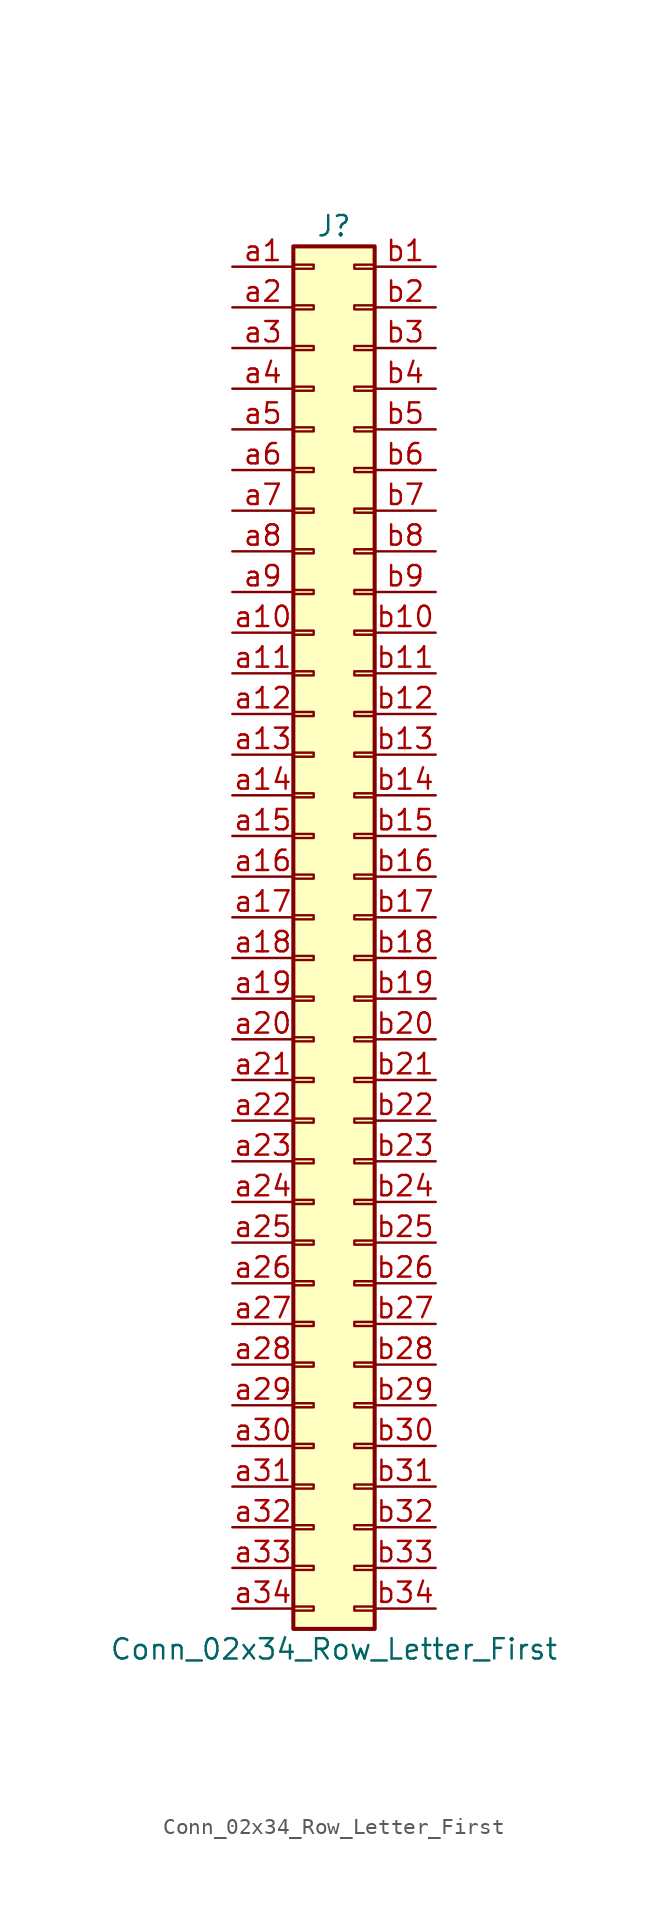
<source format=kicad_sym>
(kicad_symbol_lib
  (version 20211014)
  (generator kicad_symbol_editor)
  (symbol "Conn_02x34_Row_Letter_First"
    (pin_names
      (offset 1.016) hide)
    (property "Reference" "J"
      (at 1.27 43.18 0)
      (effects (font (size 1.27 1.27))))
    (property "Value" "Conn_02x34_Row_Letter_First"
      (at 1.27 -45.72 0)
      (effects (font (size 1.27 1.27))))
    (symbol "Conn_02x34_Row_Letter_First_1_1"
      (rectangle (start -1.27 -43.053) (end 0 -43.307) (stroke (width 0.152) (type default) (color 0 0 0 0)) (fill (type none)))
      (rectangle (start -1.27 -40.513) (end 0 -40.767) (stroke (width 0.152) (type default) (color 0 0 0 0)) (fill (type none)))
      (rectangle (start -1.27 -37.973) (end 0 -38.227) (stroke (width 0.152) (type default) (color 0 0 0 0)) (fill (type none)))
      (rectangle (start -1.27 -35.433) (end 0 -35.687) (stroke (width 0.152) (type default) (color 0 0 0 0)) (fill (type none)))
      (rectangle (start -1.27 -32.893) (end 0 -33.147) (stroke (width 0.152) (type default) (color 0 0 0 0)) (fill (type none)))
      (rectangle (start -1.27 -30.353) (end 0 -30.607) (stroke (width 0.152) (type default) (color 0 0 0 0)) (fill (type none)))
      (rectangle (start -1.27 -27.813) (end 0 -28.067) (stroke (width 0.152) (type default) (color 0 0 0 0)) (fill (type none)))
      (rectangle (start -1.27 -25.273) (end 0 -25.527) (stroke (width 0.152) (type default) (color 0 0 0 0)) (fill (type none)))
      (rectangle (start -1.27 -22.733) (end 0 -22.987) (stroke (width 0.152) (type default) (color 0 0 0 0)) (fill (type none)))
      (rectangle (start -1.27 -20.193) (end 0 -20.447) (stroke (width 0.152) (type default) (color 0 0 0 0)) (fill (type none)))
      (rectangle (start -1.27 -17.653) (end 0 -17.907) (stroke (width 0.152) (type default) (color 0 0 0 0)) (fill (type none)))
      (rectangle (start -1.27 -15.113) (end 0 -15.367) (stroke (width 0.152) (type default) (color 0 0 0 0)) (fill (type none)))
      (rectangle (start -1.27 -12.573) (end 0 -12.827) (stroke (width 0.152) (type default) (color 0 0 0 0)) (fill (type none)))
      (rectangle (start -1.27 -10.033) (end 0 -10.287) (stroke (width 0.152) (type default) (color 0 0 0 0)) (fill (type none)))
      (rectangle (start -1.27 -7.493) (end 0 -7.747) (stroke (width 0.152) (type default) (color 0 0 0 0)) (fill (type none)))
      (rectangle (start -1.27 -4.953) (end 0 -5.207) (stroke (width 0.152) (type default) (color 0 0 0 0)) (fill (type none)))
      (rectangle (start -1.27 -2.413) (end 0 -2.667) (stroke (width 0.152) (type default) (color 0 0 0 0)) (fill (type none)))
      (rectangle (start -1.27 0.127) (end 0 -0.127) (stroke (width 0.152) (type default) (color 0 0 0 0)) (fill (type none)))
      (rectangle (start -1.27 2.667) (end 0 2.413) (stroke (width 0.152) (type default) (color 0 0 0 0)) (fill (type none)))
      (rectangle (start -1.27 5.207) (end 0 4.953) (stroke (width 0.152) (type default) (color 0 0 0 0)) (fill (type none)))
      (rectangle (start -1.27 7.747) (end 0 7.493) (stroke (width 0.152) (type default) (color 0 0 0 0)) (fill (type none)))
      (rectangle (start -1.27 10.287) (end 0 10.033) (stroke (width 0.152) (type default) (color 0 0 0 0)) (fill (type none)))
      (rectangle (start -1.27 12.827) (end 0 12.573) (stroke (width 0.152) (type default) (color 0 0 0 0)) (fill (type none)))
      (rectangle (start -1.27 15.367) (end 0 15.113) (stroke (width 0.152) (type default) (color 0 0 0 0)) (fill (type none)))
      (rectangle (start -1.27 17.907) (end 0 17.653) (stroke (width 0.152) (type default) (color 0 0 0 0)) (fill (type none)))
      (rectangle (start -1.27 20.447) (end 0 20.193) (stroke (width 0.152) (type default) (color 0 0 0 0)) (fill (type none)))
      (rectangle (start -1.27 22.987) (end 0 22.733) (stroke (width 0.152) (type default) (color 0 0 0 0)) (fill (type none)))
      (rectangle (start -1.27 25.527) (end 0 25.273) (stroke (width 0.152) (type default) (color 0 0 0 0)) (fill (type none)))
      (rectangle (start -1.27 28.067) (end 0 27.813) (stroke (width 0.152) (type default) (color 0 0 0 0)) (fill (type none)))
      (rectangle (start -1.27 30.607) (end 0 30.353) (stroke (width 0.152) (type default) (color 0 0 0 0)) (fill (type none)))
      (rectangle (start -1.27 33.147) (end 0 32.893) (stroke (width 0.152) (type default) (color 0 0 0 0)) (fill (type none)))
      (rectangle (start -1.27 35.687) (end 0 35.433) (stroke (width 0.152) (type default) (color 0 0 0 0)) (fill (type none)))
      (rectangle (start -1.27 38.227) (end 0 37.973) (stroke (width 0.152) (type default) (color 0 0 0 0)) (fill (type none)))
      (rectangle (start -1.27 40.767) (end 0 40.513) (stroke (width 0.152) (type default) (color 0 0 0 0)) (fill (type none)))
      (rectangle (start -1.27 41.91) (end 3.81 -44.45) (stroke (width 0.254) (type default) (color 0 0 0 0)) (fill (type background)))
      (rectangle (start 3.81 -43.053) (end 2.54 -43.307) (stroke (width 0.152) (type default) (color 0 0 0 0)) (fill (type none)))
      (rectangle (start 3.81 -40.513) (end 2.54 -40.767) (stroke (width 0.152) (type default) (color 0 0 0 0)) (fill (type none)))
      (rectangle (start 3.81 -37.973) (end 2.54 -38.227) (stroke (width 0.152) (type default) (color 0 0 0 0)) (fill (type none)))
      (rectangle (start 3.81 -35.433) (end 2.54 -35.687) (stroke (width 0.152) (type default) (color 0 0 0 0)) (fill (type none)))
      (rectangle (start 3.81 -32.893) (end 2.54 -33.147) (stroke (width 0.152) (type default) (color 0 0 0 0)) (fill (type none)))
      (rectangle (start 3.81 -30.353) (end 2.54 -30.607) (stroke (width 0.152) (type default) (color 0 0 0 0)) (fill (type none)))
      (rectangle (start 3.81 -27.813) (end 2.54 -28.067) (stroke (width 0.152) (type default) (color 0 0 0 0)) (fill (type none)))
      (rectangle (start 3.81 -25.273) (end 2.54 -25.527) (stroke (width 0.152) (type default) (color 0 0 0 0)) (fill (type none)))
      (rectangle (start 3.81 -22.733) (end 2.54 -22.987) (stroke (width 0.152) (type default) (color 0 0 0 0)) (fill (type none)))
      (rectangle (start 3.81 -20.193) (end 2.54 -20.447) (stroke (width 0.152) (type default) (color 0 0 0 0)) (fill (type none)))
      (rectangle (start 3.81 -17.653) (end 2.54 -17.907) (stroke (width 0.152) (type default) (color 0 0 0 0)) (fill (type none)))
      (rectangle (start 3.81 -15.113) (end 2.54 -15.367) (stroke (width 0.152) (type default) (color 0 0 0 0)) (fill (type none)))
      (rectangle (start 3.81 -12.573) (end 2.54 -12.827) (stroke (width 0.152) (type default) (color 0 0 0 0)) (fill (type none)))
      (rectangle (start 3.81 -10.033) (end 2.54 -10.287) (stroke (width 0.152) (type default) (color 0 0 0 0)) (fill (type none)))
      (rectangle (start 3.81 -7.493) (end 2.54 -7.747) (stroke (width 0.152) (type default) (color 0 0 0 0)) (fill (type none)))
      (rectangle (start 3.81 -4.953) (end 2.54 -5.207) (stroke (width 0.152) (type default) (color 0 0 0 0)) (fill (type none)))
      (rectangle (start 3.81 -2.413) (end 2.54 -2.667) (stroke (width 0.152) (type default) (color 0 0 0 0)) (fill (type none)))
      (rectangle (start 3.81 0.127) (end 2.54 -0.127) (stroke (width 0.152) (type default) (color 0 0 0 0)) (fill (type none)))
      (rectangle (start 3.81 2.667) (end 2.54 2.413) (stroke (width 0.152) (type default) (color 0 0 0 0)) (fill (type none)))
      (rectangle (start 3.81 5.207) (end 2.54 4.953) (stroke (width 0.152) (type default) (color 0 0 0 0)) (fill (type none)))
      (rectangle (start 3.81 7.747) (end 2.54 7.493) (stroke (width 0.152) (type default) (color 0 0 0 0)) (fill (type none)))
      (rectangle (start 3.81 10.287) (end 2.54 10.033) (stroke (width 0.152) (type default) (color 0 0 0 0)) (fill (type none)))
      (rectangle (start 3.81 12.827) (end 2.54 12.573) (stroke (width 0.152) (type default) (color 0 0 0 0)) (fill (type none)))
      (rectangle (start 3.81 15.367) (end 2.54 15.113) (stroke (width 0.152) (type default) (color 0 0 0 0)) (fill (type none)))
      (rectangle (start 3.81 17.907) (end 2.54 17.653) (stroke (width 0.152) (type default) (color 0 0 0 0)) (fill (type none)))
      (rectangle (start 3.81 20.447) (end 2.54 20.193) (stroke (width 0.152) (type default) (color 0 0 0 0)) (fill (type none)))
      (rectangle (start 3.81 22.987) (end 2.54 22.733) (stroke (width 0.152) (type default) (color 0 0 0 0)) (fill (type none)))
      (rectangle (start 3.81 25.527) (end 2.54 25.273) (stroke (width 0.152) (type default) (color 0 0 0 0)) (fill (type none)))
      (rectangle (start 3.81 28.067) (end 2.54 27.813) (stroke (width 0.152) (type default) (color 0 0 0 0)) (fill (type none)))
      (rectangle (start 3.81 30.607) (end 2.54 30.353) (stroke (width 0.152) (type default) (color 0 0 0 0)) (fill (type none)))
      (rectangle (start 3.81 33.147) (end 2.54 32.893) (stroke (width 0.152) (type default) (color 0 0 0 0)) (fill (type none)))
      (rectangle (start 3.81 35.687) (end 2.54 35.433) (stroke (width 0.152) (type default) (color 0 0 0 0)) (fill (type none)))
      (rectangle (start 3.81 38.227) (end 2.54 37.973) (stroke (width 0.152) (type default) (color 0 0 0 0)) (fill (type none)))
      (rectangle (start 3.81 40.767) (end 2.54 40.513) (stroke (width 0.152) (type default) (color 0 0 0 0)) (fill (type none)))
      (pin passive line (at -5.08 40.64 0) (length 3.81) (name "Pin_a1" (effects (font (size 1.27 1.27)))) (number "a1" (effects (font (size 1.27 1.27)))))
      (pin passive line (at -5.08 17.78 0) (length 3.81) (name "Pin_a10" (effects (font (size 1.27 1.27)))) (number "a10" (effects (font (size 1.27 1.27)))))
      (pin passive line (at -5.08 15.24 0) (length 3.81) (name "Pin_a11" (effects (font (size 1.27 1.27)))) (number "a11" (effects (font (size 1.27 1.27)))))
      (pin passive line (at -5.08 12.7 0) (length 3.81) (name "Pin_a12" (effects (font (size 1.27 1.27)))) (number "a12" (effects (font (size 1.27 1.27)))))
      (pin passive line (at -5.08 10.16 0) (length 3.81) (name "Pin_a13" (effects (font (size 1.27 1.27)))) (number "a13" (effects (font (size 1.27 1.27)))))
      (pin passive line (at -5.08 7.62 0) (length 3.81) (name "Pin_a14" (effects (font (size 1.27 1.27)))) (number "a14" (effects (font (size 1.27 1.27)))))
      (pin passive line (at -5.08 5.08 0) (length 3.81) (name "Pin_a15" (effects (font (size 1.27 1.27)))) (number "a15" (effects (font (size 1.27 1.27)))))
      (pin passive line (at -5.08 2.54 0) (length 3.81) (name "Pin_a16" (effects (font (size 1.27 1.27)))) (number "a16" (effects (font (size 1.27 1.27)))))
      (pin passive line (at -5.08 0 0) (length 3.81) (name "Pin_a17" (effects (font (size 1.27 1.27)))) (number "a17" (effects (font (size 1.27 1.27)))))
      (pin passive line (at -5.08 -2.54 0) (length 3.81) (name "Pin_a18" (effects (font (size 1.27 1.27)))) (number "a18" (effects (font (size 1.27 1.27)))))
      (pin passive line (at -5.08 -5.08 0) (length 3.81) (name "Pin_a19" (effects (font (size 1.27 1.27)))) (number "a19" (effects (font (size 1.27 1.27)))))
      (pin passive line (at -5.08 38.1 0) (length 3.81) (name "Pin_a2" (effects (font (size 1.27 1.27)))) (number "a2" (effects (font (size 1.27 1.27)))))
      (pin passive line (at -5.08 -7.62 0) (length 3.81) (name "Pin_a20" (effects (font (size 1.27 1.27)))) (number "a20" (effects (font (size 1.27 1.27)))))
      (pin passive line (at -5.08 -10.16 0) (length 3.81) (name "Pin_a21" (effects (font (size 1.27 1.27)))) (number "a21" (effects (font (size 1.27 1.27)))))
      (pin passive line (at -5.08 -12.7 0) (length 3.81) (name "Pin_a22" (effects (font (size 1.27 1.27)))) (number "a22" (effects (font (size 1.27 1.27)))))
      (pin passive line (at -5.08 -15.24 0) (length 3.81) (name "Pin_a23" (effects (font (size 1.27 1.27)))) (number "a23" (effects (font (size 1.27 1.27)))))
      (pin passive line (at -5.08 -17.78 0) (length 3.81) (name "Pin_a24" (effects (font (size 1.27 1.27)))) (number "a24" (effects (font (size 1.27 1.27)))))
      (pin passive line (at -5.08 -20.32 0) (length 3.81) (name "Pin_a25" (effects (font (size 1.27 1.27)))) (number "a25" (effects (font (size 1.27 1.27)))))
      (pin passive line (at -5.08 -22.86 0) (length 3.81) (name "Pin_a26" (effects (font (size 1.27 1.27)))) (number "a26" (effects (font (size 1.27 1.27)))))
      (pin passive line (at -5.08 -25.4 0) (length 3.81) (name "Pin_a27" (effects (font (size 1.27 1.27)))) (number "a27" (effects (font (size 1.27 1.27)))))
      (pin passive line (at -5.08 -27.94 0) (length 3.81) (name "Pin_a28" (effects (font (size 1.27 1.27)))) (number "a28" (effects (font (size 1.27 1.27)))))
      (pin passive line (at -5.08 -30.48 0) (length 3.81) (name "Pin_a29" (effects (font (size 1.27 1.27)))) (number "a29" (effects (font (size 1.27 1.27)))))
      (pin passive line (at -5.08 35.56 0) (length 3.81) (name "Pin_a3" (effects (font (size 1.27 1.27)))) (number "a3" (effects (font (size 1.27 1.27)))))
      (pin passive line (at -5.08 -33.02 0) (length 3.81) (name "Pin_a30" (effects (font (size 1.27 1.27)))) (number "a30" (effects (font (size 1.27 1.27)))))
      (pin passive line (at -5.08 -35.56 0) (length 3.81) (name "Pin_a31" (effects (font (size 1.27 1.27)))) (number "a31" (effects (font (size 1.27 1.27)))))
      (pin passive line (at -5.08 -38.1 0) (length 3.81) (name "Pin_a32" (effects (font (size 1.27 1.27)))) (number "a32" (effects (font (size 1.27 1.27)))))
      (pin passive line (at -5.08 -40.64 0) (length 3.81) (name "Pin_a33" (effects (font (size 1.27 1.27)))) (number "a33" (effects (font (size 1.27 1.27)))))
      (pin passive line (at -5.08 -43.18 0) (length 3.81) (name "Pin_a34" (effects (font (size 1.27 1.27)))) (number "a34" (effects (font (size 1.27 1.27)))))
      (pin passive line (at -5.08 33.02 0) (length 3.81) (name "Pin_a4" (effects (font (size 1.27 1.27)))) (number "a4" (effects (font (size 1.27 1.27)))))
      (pin passive line (at -5.08 30.48 0) (length 3.81) (name "Pin_a5" (effects (font (size 1.27 1.27)))) (number "a5" (effects (font (size 1.27 1.27)))))
      (pin passive line (at -5.08 27.94 0) (length 3.81) (name "Pin_a6" (effects (font (size 1.27 1.27)))) (number "a6" (effects (font (size 1.27 1.27)))))
      (pin passive line (at -5.08 25.4 0) (length 3.81) (name "Pin_a7" (effects (font (size 1.27 1.27)))) (number "a7" (effects (font (size 1.27 1.27)))))
      (pin passive line (at -5.08 22.86 0) (length 3.81) (name "Pin_a8" (effects (font (size 1.27 1.27)))) (number "a8" (effects (font (size 1.27 1.27)))))
      (pin passive line (at -5.08 20.32 0) (length 3.81) (name "Pin_a9" (effects (font (size 1.27 1.27)))) (number "a9" (effects (font (size 1.27 1.27)))))
      (pin passive line (at 7.62 40.64 180) (length 3.81) (name "Pin_b1" (effects (font (size 1.27 1.27)))) (number "b1" (effects (font (size 1.27 1.27)))))
      (pin passive line (at 7.62 17.78 180) (length 3.81) (name "Pin_b10" (effects (font (size 1.27 1.27)))) (number "b10" (effects (font (size 1.27 1.27)))))
      (pin passive line (at 7.62 15.24 180) (length 3.81) (name "Pin_b11" (effects (font (size 1.27 1.27)))) (number "b11" (effects (font (size 1.27 1.27)))))
      (pin passive line (at 7.62 12.7 180) (length 3.81) (name "Pin_b12" (effects (font (size 1.27 1.27)))) (number "b12" (effects (font (size 1.27 1.27)))))
      (pin passive line (at 7.62 10.16 180) (length 3.81) (name "Pin_b13" (effects (font (size 1.27 1.27)))) (number "b13" (effects (font (size 1.27 1.27)))))
      (pin passive line (at 7.62 7.62 180) (length 3.81) (name "Pin_b14" (effects (font (size 1.27 1.27)))) (number "b14" (effects (font (size 1.27 1.27)))))
      (pin passive line (at 7.62 5.08 180) (length 3.81) (name "Pin_b15" (effects (font (size 1.27 1.27)))) (number "b15" (effects (font (size 1.27 1.27)))))
      (pin passive line (at 7.62 2.54 180) (length 3.81) (name "Pin_b16" (effects (font (size 1.27 1.27)))) (number "b16" (effects (font (size 1.27 1.27)))))
      (pin passive line (at 7.62 0 180) (length 3.81) (name "Pin_b17" (effects (font (size 1.27 1.27)))) (number "b17" (effects (font (size 1.27 1.27)))))
      (pin passive line (at 7.62 -2.54 180) (length 3.81) (name "Pin_b18" (effects (font (size 1.27 1.27)))) (number "b18" (effects (font (size 1.27 1.27)))))
      (pin passive line (at 7.62 -5.08 180) (length 3.81) (name "Pin_b19" (effects (font (size 1.27 1.27)))) (number "b19" (effects (font (size 1.27 1.27)))))
      (pin passive line (at 7.62 38.1 180) (length 3.81) (name "Pin_b2" (effects (font (size 1.27 1.27)))) (number "b2" (effects (font (size 1.27 1.27)))))
      (pin passive line (at 7.62 -7.62 180) (length 3.81) (name "Pin_b20" (effects (font (size 1.27 1.27)))) (number "b20" (effects (font (size 1.27 1.27)))))
      (pin passive line (at 7.62 -10.16 180) (length 3.81) (name "Pin_b21" (effects (font (size 1.27 1.27)))) (number "b21" (effects (font (size 1.27 1.27)))))
      (pin passive line (at 7.62 -12.7 180) (length 3.81) (name "Pin_b22" (effects (font (size 1.27 1.27)))) (number "b22" (effects (font (size 1.27 1.27)))))
      (pin passive line (at 7.62 -15.24 180) (length 3.81) (name "Pin_b23" (effects (font (size 1.27 1.27)))) (number "b23" (effects (font (size 1.27 1.27)))))
      (pin passive line (at 7.62 -17.78 180) (length 3.81) (name "Pin_b24" (effects (font (size 1.27 1.27)))) (number "b24" (effects (font (size 1.27 1.27)))))
      (pin passive line (at 7.62 -20.32 180) (length 3.81) (name "Pin_b25" (effects (font (size 1.27 1.27)))) (number "b25" (effects (font (size 1.27 1.27)))))
      (pin passive line (at 7.62 -22.86 180) (length 3.81) (name "Pin_b26" (effects (font (size 1.27 1.27)))) (number "b26" (effects (font (size 1.27 1.27)))))
      (pin passive line (at 7.62 -25.4 180) (length 3.81) (name "Pin_b27" (effects (font (size 1.27 1.27)))) (number "b27" (effects (font (size 1.27 1.27)))))
      (pin passive line (at 7.62 -27.94 180) (length 3.81) (name "Pin_b28" (effects (font (size 1.27 1.27)))) (number "b28" (effects (font (size 1.27 1.27)))))
      (pin passive line (at 7.62 -30.48 180) (length 3.81) (name "Pin_b29" (effects (font (size 1.27 1.27)))) (number "b29" (effects (font (size 1.27 1.27)))))
      (pin passive line (at 7.62 35.56 180) (length 3.81) (name "Pin_b3" (effects (font (size 1.27 1.27)))) (number "b3" (effects (font (size 1.27 1.27)))))
      (pin passive line (at 7.62 -33.02 180) (length 3.81) (name "Pin_b30" (effects (font (size 1.27 1.27)))) (number "b30" (effects (font (size 1.27 1.27)))))
      (pin passive line (at 7.62 -35.56 180) (length 3.81) (name "Pin_b31" (effects (font (size 1.27 1.27)))) (number "b31" (effects (font (size 1.27 1.27)))))
      (pin passive line (at 7.62 -38.1 180) (length 3.81) (name "Pin_b32" (effects (font (size 1.27 1.27)))) (number "b32" (effects (font (size 1.27 1.27)))))
      (pin passive line (at 7.62 -40.64 180) (length 3.81) (name "Pin_b33" (effects (font (size 1.27 1.27)))) (number "b33" (effects (font (size 1.27 1.27)))))
      (pin passive line (at 7.62 -43.18 180) (length 3.81) (name "Pin_b34" (effects (font (size 1.27 1.27)))) (number "b34" (effects (font (size 1.27 1.27)))))
      (pin passive line (at 7.62 33.02 180) (length 3.81) (name "Pin_b4" (effects (font (size 1.27 1.27)))) (number "b4" (effects (font (size 1.27 1.27)))))
      (pin passive line (at 7.62 30.48 180) (length 3.81) (name "Pin_b5" (effects (font (size 1.27 1.27)))) (number "b5" (effects (font (size 1.27 1.27)))))
      (pin passive line (at 7.62 27.94 180) (length 3.81) (name "Pin_b6" (effects (font (size 1.27 1.27)))) (number "b6" (effects (font (size 1.27 1.27)))))
      (pin passive line (at 7.62 25.4 180) (length 3.81) (name "Pin_b7" (effects (font (size 1.27 1.27)))) (number "b7" (effects (font (size 1.27 1.27)))))
      (pin passive line (at 7.62 22.86 180) (length 3.81) (name "Pin_b8" (effects (font (size 1.27 1.27)))) (number "b8" (effects (font (size 1.27 1.27)))))
      (pin passive line (at 7.62 20.32 180) (length 3.81) (name "Pin_b9" (effects (font (size 1.27 1.27)))) (number "b9" (effects (font (size 1.27 1.27))))))))
</source>
